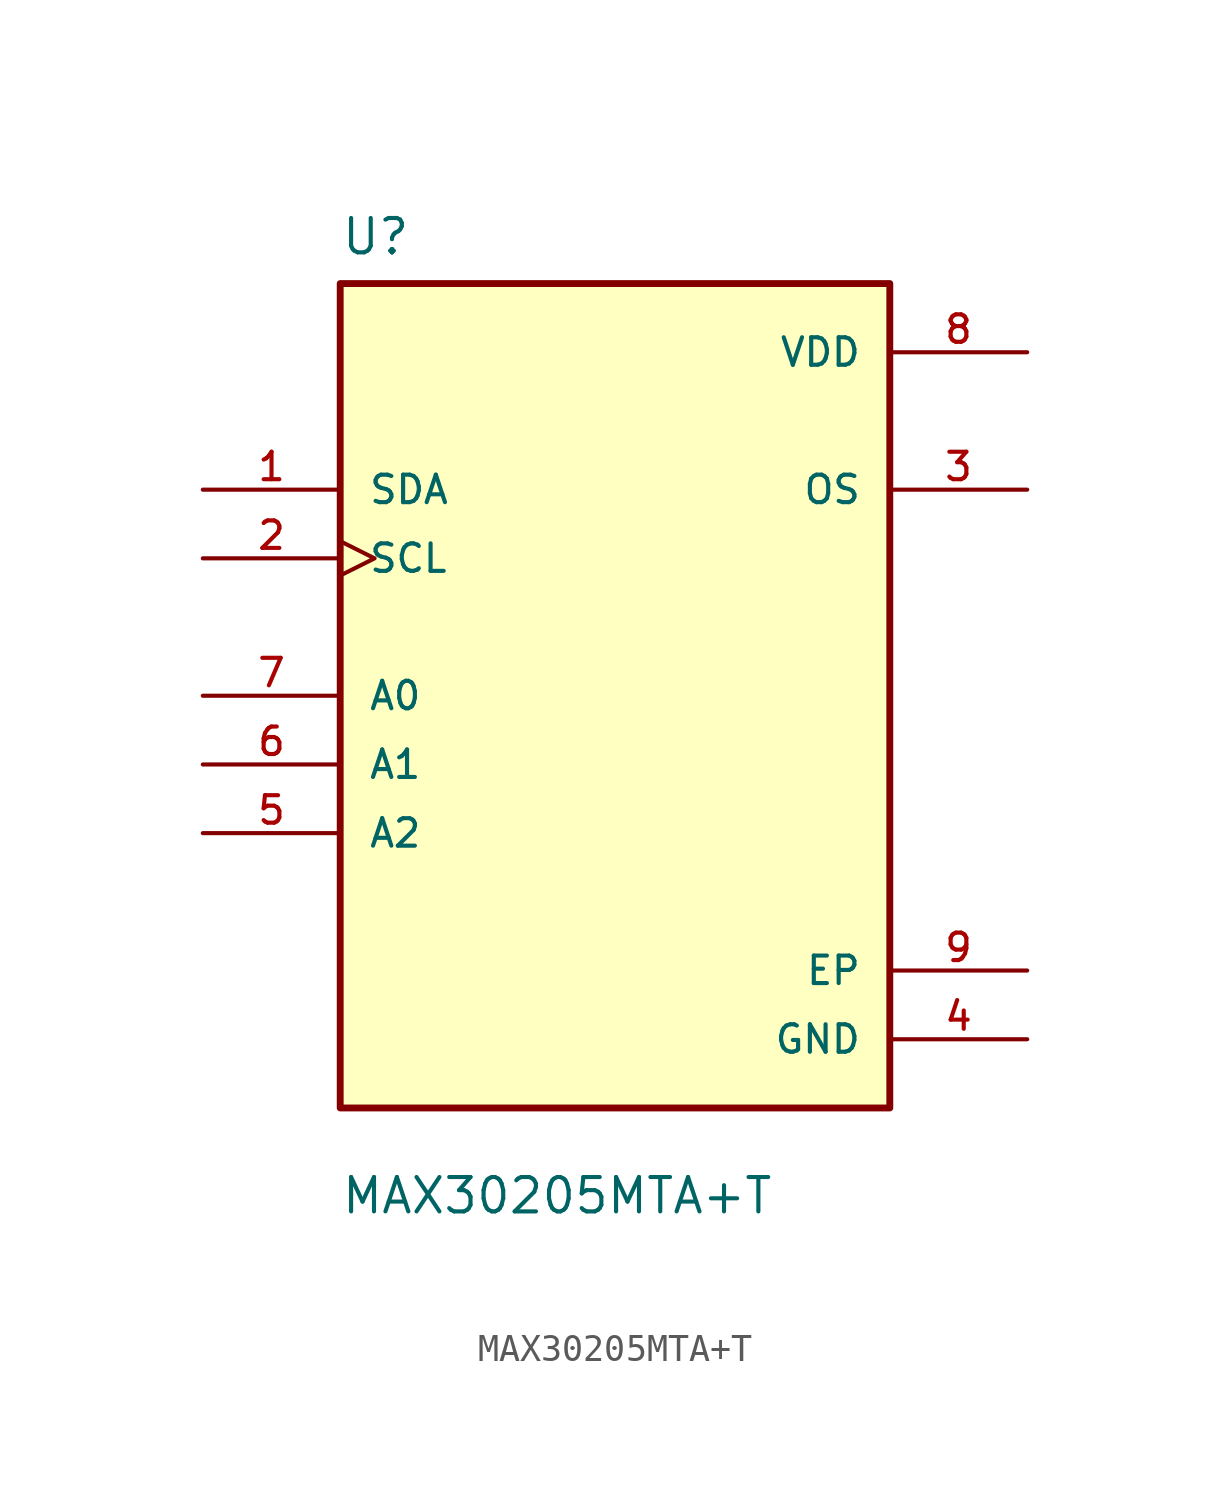
<source format=kicad_sym>
(kicad_symbol_lib
  (version 20211014)
  (generator kicad_symbol_editor)
  (symbol "MAX30205MTA+T"
    (pin_names
      (offset 1.016))
    (property "Reference" "U"
      (at -10.16 16.231 0)
      (effects (font (size 1.27 1.27)) (justify left bottom)))
    (property "Value" "MAX30205MTA+T"
      (at -10.16 -19.228 0)
      (effects (font (size 1.27 1.27)) (justify left bottom)))
    (property "ki_locked" ""
      (at 0 0 0)
      (effects (font (size 1.27 1.27))))
    (symbol "MAX30205MTA+T_0_0"
      (rectangle (start -10.16 -15.24) (end 10.16 15.24) (stroke (width 0.254) (type default) (color 0 0 0 0)) (fill (type background)))
      (pin bidirectional line (at -15.24 7.62 0) (length 5.08) (name "SDA" (effects (font (size 1.016 1.016)))) (number "1" (effects (font (size 1.016 1.016)))))
      (pin input clock (at -15.24 5.08 0) (length 5.08) (name "SCL" (effects (font (size 1.016 1.016)))) (number "2" (effects (font (size 1.016 1.016)))))
      (pin output line (at 15.24 7.62 180) (length 5.08) (name "OS" (effects (font (size 1.016 1.016)))) (number "3" (effects (font (size 1.016 1.016)))))
      (pin power_in line (at 15.24 -12.7 180) (length 5.08) (name "GND" (effects (font (size 1.016 1.016)))) (number "4" (effects (font (size 1.016 1.016)))))
      (pin input line (at -15.24 -5.08 0) (length 5.08) (name "A2" (effects (font (size 1.016 1.016)))) (number "5" (effects (font (size 1.016 1.016)))))
      (pin input line (at -15.24 -2.54 0) (length 5.08) (name "A1" (effects (font (size 1.016 1.016)))) (number "6" (effects (font (size 1.016 1.016)))))
      (pin input line (at -15.24 0 0) (length 5.08) (name "A0" (effects (font (size 1.016 1.016)))) (number "7" (effects (font (size 1.016 1.016)))))
      (pin power_in line (at 15.24 12.7 180) (length 5.08) (name "VDD" (effects (font (size 1.016 1.016)))) (number "8" (effects (font (size 1.016 1.016)))))
      (pin power_in line (at 15.24 -10.16 180) (length 5.08) (name "EP" (effects (font (size 1.016 1.016)))) (number "9" (effects (font (size 1.016 1.016))))))))
</source>
